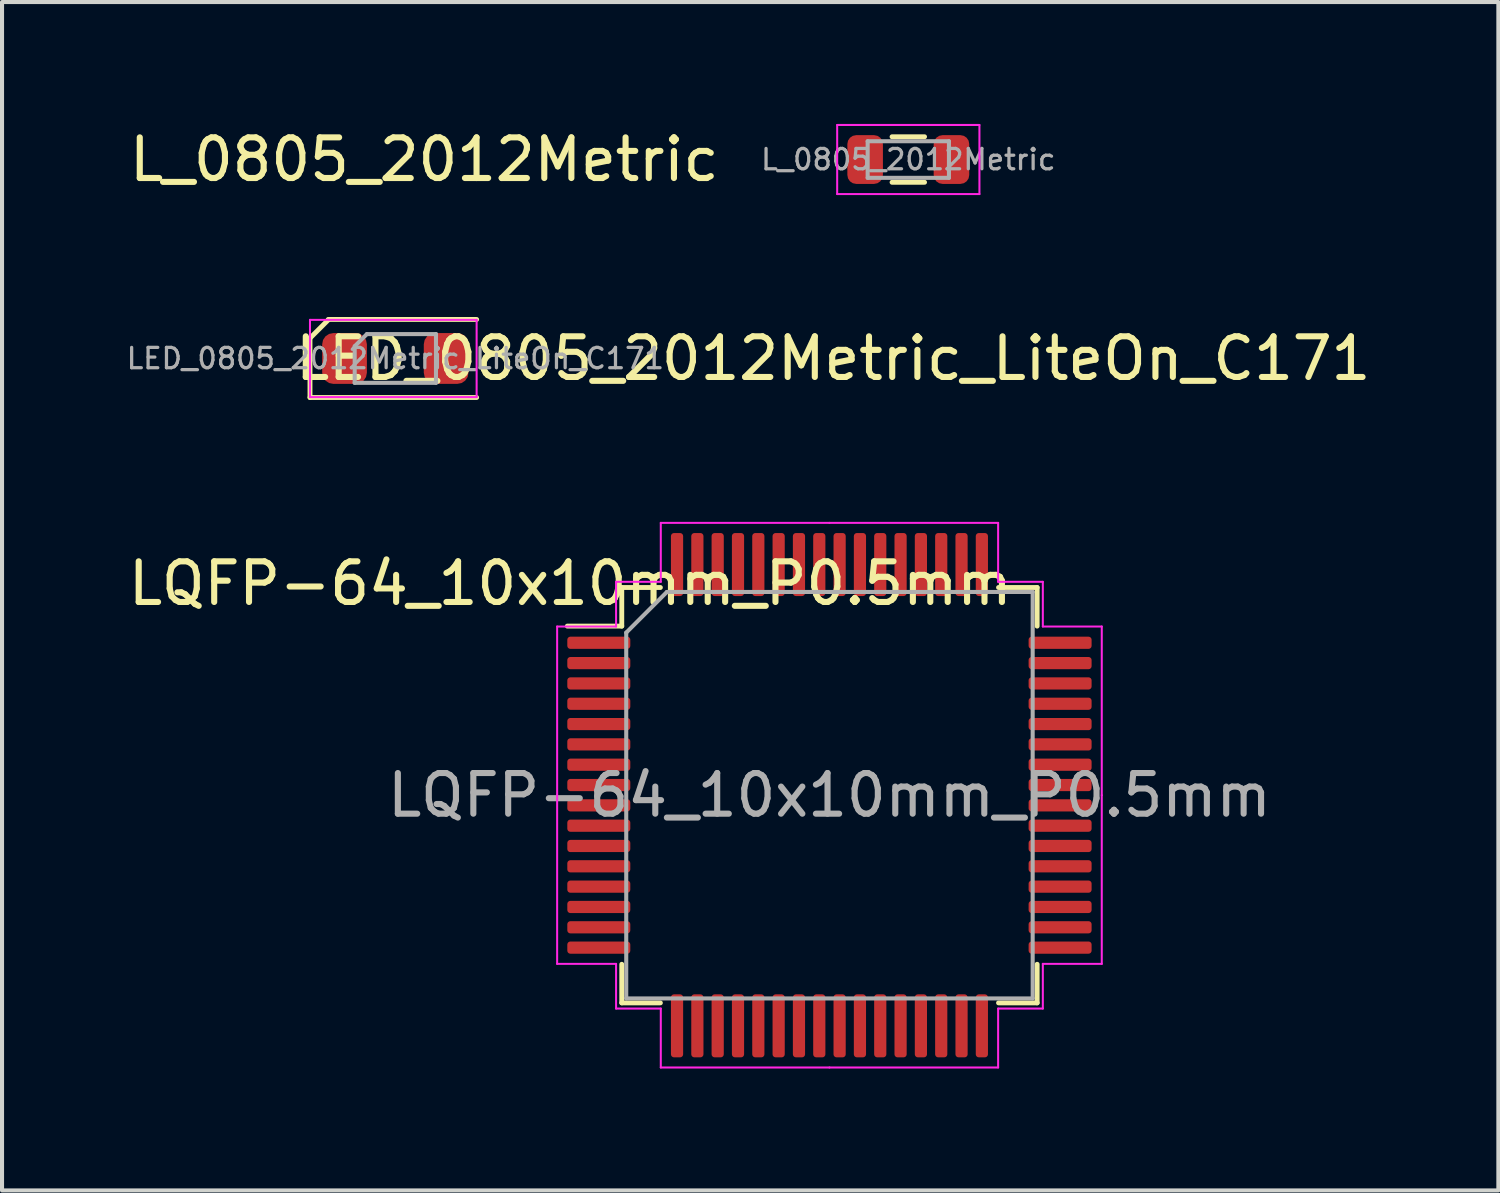
<source format=kicad_pcb>
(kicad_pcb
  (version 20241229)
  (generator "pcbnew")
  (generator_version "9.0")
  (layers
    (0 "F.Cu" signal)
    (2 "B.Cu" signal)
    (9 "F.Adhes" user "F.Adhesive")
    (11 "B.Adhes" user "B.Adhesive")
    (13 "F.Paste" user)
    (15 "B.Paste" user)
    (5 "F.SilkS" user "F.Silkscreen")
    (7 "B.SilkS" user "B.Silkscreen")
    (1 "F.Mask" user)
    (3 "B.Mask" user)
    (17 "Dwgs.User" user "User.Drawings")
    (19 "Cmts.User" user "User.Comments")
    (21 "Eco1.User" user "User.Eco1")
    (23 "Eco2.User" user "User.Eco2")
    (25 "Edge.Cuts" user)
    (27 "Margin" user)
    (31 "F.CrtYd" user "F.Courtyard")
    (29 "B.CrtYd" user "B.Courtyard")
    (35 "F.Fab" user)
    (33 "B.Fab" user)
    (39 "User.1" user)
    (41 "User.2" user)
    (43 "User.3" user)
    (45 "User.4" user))
  (footprint "LED_0805_2012Metric_LiteOn_C171"
    (layer "F.Cu")
    (at 6.677 5.77)
    (property "Reference" "LED_0805_2012Metric_LiteOn_C171" (at -2.54 0 180) (layer "F.SilkS") (effects (font (size 1 1) (thickness 0.15)) (justify left)))
    (attr smd)
    (fp_line (start -2.1 -0.5) (end -2.1 0.96) (stroke (width 0.12) (type solid)) (layer "F.SilkS"))
    (fp_line (start -2.1 0.96) (end 2 0.96) (stroke (width 0.12) (type solid)) (layer "F.SilkS"))
    (fp_line (start -1.65 -0.95) (end -2.1 -0.5) (stroke (width 0.12) (type solid)) (layer "F.SilkS"))
    (fp_line (start 2 -0.96) (end -1.65 -0.96) (stroke (width 0.12) (type solid)) (layer "F.SilkS"))
    (fp_line (start -2.1 -0.95) (end 2 -0.95) (stroke (width 0.05) (type solid)) (layer "F.CrtYd"))
    (fp_line (start -2.1 0.95) (end -2.1 -0.95) (stroke (width 0.05) (type solid)) (layer "F.CrtYd"))
    (fp_line (start 2 -0.95) (end 2 0.95) (stroke (width 0.05) (type solid)) (layer "F.CrtYd"))
    (fp_line (start 2 0.95) (end -2.1 0.95) (stroke (width 0.05) (type solid)) (layer "F.CrtYd"))
    (fp_line (start -1 -0.3) (end -1 0.6) (stroke (width 0.1) (type solid)) (layer "F.Fab"))
    (fp_line (start -1 0.6) (end 1 0.6) (stroke (width 0.1) (type solid)) (layer "F.Fab"))
    (fp_line (start -0.7 -0.6) (end -1 -0.3) (stroke (width 0.1) (type solid)) (layer "F.Fab"))
    (fp_line (start 1 -0.6) (end -0.7 -0.6) (stroke (width 0.1) (type solid)) (layer "F.Fab"))
    (fp_line (start 1 0.6) (end 1 -0.6) (stroke (width 0.1) (type solid)) (layer "F.Fab"))
    (fp_text user "${REFERENCE}" (at 0 0 180) (layer "F.Fab") (effects (font (size 0.5 0.5) (thickness 0.08))))
    (pad "1" smd roundrect (at -1.25 0) (size 1.1 1.25) (layers "F.Cu" "F.Mask" "F.Paste") (roundrect_rratio 0.25))
    (pad "2" smd roundrect (at 1.25 0) (size 1.1 1.25) (layers "F.Cu" "F.Mask" "F.Paste") (roundrect_rratio 0.25)))
  (footprint "L_0805_2012Metric"
    (layer "F.Cu")
    (at 19.298 0.875)
    (property "Reference" "L_0805_2012Metric" (at -4.572 0 0) (layer "F.SilkS") (effects (font (size 1 1) (thickness 0.15)) (justify right)))
    (attr smd)
    (fp_line (start -0.4 -0.56) (end 0.4 -0.56) (stroke (width 0.12) (type solid)) (layer "F.SilkS"))
    (fp_line (start -0.4 0.56) (end 0.4 0.56) (stroke (width 0.12) (type solid)) (layer "F.SilkS"))
    (fp_line (start -1.75 -0.85) (end 1.75 -0.85) (stroke (width 0.05) (type solid)) (layer "F.CrtYd"))
    (fp_line (start -1.75 0.85) (end -1.75 -0.85) (stroke (width 0.05) (type solid)) (layer "F.CrtYd"))
    (fp_line (start 1.75 -0.85) (end 1.75 0.85) (stroke (width 0.05) (type solid)) (layer "F.CrtYd"))
    (fp_line (start 1.75 0.85) (end -1.75 0.85) (stroke (width 0.05) (type solid)) (layer "F.CrtYd"))
    (fp_line (start -1 -0.45) (end 1 -0.45) (stroke (width 0.1) (type solid)) (layer "F.Fab"))
    (fp_line (start -1 0.45) (end -1 -0.45) (stroke (width 0.1) (type solid)) (layer "F.Fab"))
    (fp_line (start 1 -0.45) (end 1 0.45) (stroke (width 0.1) (type solid)) (layer "F.Fab"))
    (fp_line (start 1 0.45) (end -1 0.45) (stroke (width 0.1) (type solid)) (layer "F.Fab"))
    (fp_text user "${REFERENCE}" (at 0 0 180) (layer "F.Fab") (effects (font (size 0.5 0.5) (thickness 0.08))))
    (pad "1" smd roundrect (at -1.062 0) (size 0.875 1.2) (layers "F.Cu" "F.Mask" "F.Paste") (roundrect_rratio 0.25))
    (pad "2" smd roundrect (at 1.062 0) (size 0.875 1.2) (layers "F.Cu" "F.Mask" "F.Paste") (roundrect_rratio 0.25)))
  (footprint "LQFP-64_10x10mm_P0.5mm"
    (layer "F.Cu")
    (at 17.358 16.515)
    (property "Reference" "LQFP-64_10x10mm_P0.5mm" (at -6.376 -5.209 0) (layer "F.SilkS") (effects (font (size 1 1) (thickness 0.15))))
    (attr smd)
    (fp_line (start -5.11 -5.11) (end -5.11 -4.16) (stroke (width 0.12) (type solid)) (layer "F.SilkS"))
    (fp_line (start -5.11 -4.16) (end -6.45 -4.16) (stroke (width 0.12) (type solid)) (layer "F.SilkS"))
    (fp_line (start -5.11 5.11) (end -5.11 4.16) (stroke (width 0.12) (type solid)) (layer "F.SilkS"))
    (fp_line (start -4.16 -5.11) (end -5.11 -5.11) (stroke (width 0.12) (type solid)) (layer "F.SilkS"))
    (fp_line (start -4.16 5.11) (end -5.11 5.11) (stroke (width 0.12) (type solid)) (layer "F.SilkS"))
    (fp_line (start 4.16 -5.11) (end 5.11 -5.11) (stroke (width 0.12) (type solid)) (layer "F.SilkS"))
    (fp_line (start 4.16 5.11) (end 5.11 5.11) (stroke (width 0.12) (type solid)) (layer "F.SilkS"))
    (fp_line (start 5.11 -5.11) (end 5.11 -4.16) (stroke (width 0.12) (type solid)) (layer "F.SilkS"))
    (fp_line (start 5.11 5.11) (end 5.11 4.16) (stroke (width 0.12) (type solid)) (layer "F.SilkS"))
    (fp_line (start -6.7 -4.15) (end -6.7 0) (stroke (width 0.05) (type solid)) (layer "F.CrtYd"))
    (fp_line (start -6.7 4.15) (end -6.7 0) (stroke (width 0.05) (type solid)) (layer "F.CrtYd"))
    (fp_line (start -5.25 -5.25) (end -5.25 -4.15) (stroke (width 0.05) (type solid)) (layer "F.CrtYd"))
    (fp_line (start -5.25 -4.15) (end -6.7 -4.15) (stroke (width 0.05) (type solid)) (layer "F.CrtYd"))
    (fp_line (start -5.25 4.15) (end -6.7 4.15) (stroke (width 0.05) (type solid)) (layer "F.CrtYd"))
    (fp_line (start -5.25 5.25) (end -5.25 4.15) (stroke (width 0.05) (type solid)) (layer "F.CrtYd"))
    (fp_line (start -4.15 -6.7) (end -4.15 -5.25) (stroke (width 0.05) (type solid)) (layer "F.CrtYd"))
    (fp_line (start -4.15 -5.25) (end -5.25 -5.25) (stroke (width 0.05) (type solid)) (layer "F.CrtYd"))
    (fp_line (start -4.15 5.25) (end -5.25 5.25) (stroke (width 0.05) (type solid)) (layer "F.CrtYd"))
    (fp_line (start -4.15 6.7) (end -4.15 5.25) (stroke (width 0.05) (type solid)) (layer "F.CrtYd"))
    (fp_line (start 0 -6.7) (end -4.15 -6.7) (stroke (width 0.05) (type solid)) (layer "F.CrtYd"))
    (fp_line (start 0 -6.7) (end 4.15 -6.7) (stroke (width 0.05) (type solid)) (layer "F.CrtYd"))
    (fp_line (start 0 6.7) (end -4.15 6.7) (stroke (width 0.05) (type solid)) (layer "F.CrtYd"))
    (fp_line (start 0 6.7) (end 4.15 6.7) (stroke (width 0.05) (type solid)) (layer "F.CrtYd"))
    (fp_line (start 4.15 -6.7) (end 4.15 -5.25) (stroke (width 0.05) (type solid)) (layer "F.CrtYd"))
    (fp_line (start 4.15 -5.25) (end 5.25 -5.25) (stroke (width 0.05) (type solid)) (layer "F.CrtYd"))
    (fp_line (start 4.15 5.25) (end 5.25 5.25) (stroke (width 0.05) (type solid)) (layer "F.CrtYd"))
    (fp_line (start 4.15 6.7) (end 4.15 5.25) (stroke (width 0.05) (type solid)) (layer "F.CrtYd"))
    (fp_line (start 5.25 -5.25) (end 5.25 -4.15) (stroke (width 0.05) (type solid)) (layer "F.CrtYd"))
    (fp_line (start 5.25 -4.15) (end 6.7 -4.15) (stroke (width 0.05) (type solid)) (layer "F.CrtYd"))
    (fp_line (start 5.25 4.15) (end 6.7 4.15) (stroke (width 0.05) (type solid)) (layer "F.CrtYd"))
    (fp_line (start 5.25 5.25) (end 5.25 4.15) (stroke (width 0.05) (type solid)) (layer "F.CrtYd"))
    (fp_line (start 6.7 -4.15) (end 6.7 0) (stroke (width 0.05) (type solid)) (layer "F.CrtYd"))
    (fp_line (start 6.7 4.15) (end 6.7 0) (stroke (width 0.05) (type solid)) (layer "F.CrtYd"))
    (fp_line (start -5 -4) (end -4 -5) (stroke (width 0.1) (type solid)) (layer "F.Fab"))
    (fp_line (start -5 5) (end -5 -4) (stroke (width 0.1) (type solid)) (layer "F.Fab"))
    (fp_line (start -4 -5) (end 5 -5) (stroke (width 0.1) (type solid)) (layer "F.Fab"))
    (fp_line (start 5 -5) (end 5 5) (stroke (width 0.1) (type solid)) (layer "F.Fab"))
    (fp_line (start 5 5) (end -5 5) (stroke (width 0.1) (type solid)) (layer "F.Fab"))
    (fp_text user "${REFERENCE}" (at 0 0 0) (layer "F.Fab") (effects (font (size 1 1) (thickness 0.15))))
    (pad "1" smd roundrect (at -5.675 -3.75) (size 1.55 0.3) (layers "F.Cu" "F.Mask" "F.Paste") (roundrect_rratio 0.25))
    (pad "2" smd roundrect (at -5.675 -3.25) (size 1.55 0.3) (layers "F.Cu" "F.Mask" "F.Paste") (roundrect_rratio 0.25))
    (pad "3" smd roundrect (at -5.675 -2.75) (size 1.55 0.3) (layers "F.Cu" "F.Mask" "F.Paste") (roundrect_rratio 0.25))
    (pad "4" smd roundrect (at -5.675 -2.25) (size 1.55 0.3) (layers "F.Cu" "F.Mask" "F.Paste") (roundrect_rratio 0.25))
    (pad "5" smd roundrect (at -5.675 -1.75) (size 1.55 0.3) (layers "F.Cu" "F.Mask" "F.Paste") (roundrect_rratio 0.25))
    (pad "6" smd roundrect (at -5.675 -1.25) (size 1.55 0.3) (layers "F.Cu" "F.Mask" "F.Paste") (roundrect_rratio 0.25))
    (pad "7" smd roundrect (at -5.675 -0.75) (size 1.55 0.3) (layers "F.Cu" "F.Mask" "F.Paste") (roundrect_rratio 0.25))
    (pad "8" smd roundrect (at -5.675 -0.25) (size 1.55 0.3) (layers "F.Cu" "F.Mask" "F.Paste") (roundrect_rratio 0.25))
    (pad "9" smd roundrect (at -5.675 0.25) (size 1.55 0.3) (layers "F.Cu" "F.Mask" "F.Paste") (roundrect_rratio 0.25))
    (pad "10" smd roundrect (at -5.675 0.75) (size 1.55 0.3) (layers "F.Cu" "F.Mask" "F.Paste") (roundrect_rratio 0.25))
    (pad "11" smd roundrect (at -5.675 1.25) (size 1.55 0.3) (layers "F.Cu" "F.Mask" "F.Paste") (roundrect_rratio 0.25))
    (pad "12" smd roundrect (at -5.675 1.75) (size 1.55 0.3) (layers "F.Cu" "F.Mask" "F.Paste") (roundrect_rratio 0.25))
    (pad "13" smd roundrect (at -5.675 2.25) (size 1.55 0.3) (layers "F.Cu" "F.Mask" "F.Paste") (roundrect_rratio 0.25))
    (pad "14" smd roundrect (at -5.675 2.75) (size 1.55 0.3) (layers "F.Cu" "F.Mask" "F.Paste") (roundrect_rratio 0.25))
    (pad "15" smd roundrect (at -5.675 3.25) (size 1.55 0.3) (layers "F.Cu" "F.Mask" "F.Paste") (roundrect_rratio 0.25))
    (pad "16" smd roundrect (at -5.675 3.75) (size 1.55 0.3) (layers "F.Cu" "F.Mask" "F.Paste") (roundrect_rratio 0.25))
    (pad "17" smd roundrect (at -3.75 5.675) (size 0.3 1.55) (layers "F.Cu" "F.Mask" "F.Paste") (roundrect_rratio 0.25))
    (pad "18" smd roundrect (at -3.25 5.675) (size 0.3 1.55) (layers "F.Cu" "F.Mask" "F.Paste") (roundrect_rratio 0.25))
    (pad "19" smd roundrect (at -2.75 5.675) (size 0.3 1.55) (layers "F.Cu" "F.Mask" "F.Paste") (roundrect_rratio 0.25))
    (pad "20" smd roundrect (at -2.25 5.675) (size 0.3 1.55) (layers "F.Cu" "F.Mask" "F.Paste") (roundrect_rratio 0.25))
    (pad "21" smd roundrect (at -1.75 5.675) (size 0.3 1.55) (layers "F.Cu" "F.Mask" "F.Paste") (roundrect_rratio 0.25))
    (pad "22" smd roundrect (at -1.25 5.675) (size 0.3 1.55) (layers "F.Cu" "F.Mask" "F.Paste") (roundrect_rratio 0.25))
    (pad "23" smd roundrect (at -0.75 5.675) (size 0.3 1.55) (layers "F.Cu" "F.Mask" "F.Paste") (roundrect_rratio 0.25))
    (pad "24" smd roundrect (at -0.25 5.675) (size 0.3 1.55) (layers "F.Cu" "F.Mask" "F.Paste") (roundrect_rratio 0.25))
    (pad "25" smd roundrect (at 0.25 5.675) (size 0.3 1.55) (layers "F.Cu" "F.Mask" "F.Paste") (roundrect_rratio 0.25))
    (pad "26" smd roundrect (at 0.75 5.675) (size 0.3 1.55) (layers "F.Cu" "F.Mask" "F.Paste") (roundrect_rratio 0.25))
    (pad "27" smd roundrect (at 1.25 5.675) (size 0.3 1.55) (layers "F.Cu" "F.Mask" "F.Paste") (roundrect_rratio 0.25))
    (pad "28" smd roundrect (at 1.75 5.675) (size 0.3 1.55) (layers "F.Cu" "F.Mask" "F.Paste") (roundrect_rratio 0.25))
    (pad "29" smd roundrect (at 2.25 5.675) (size 0.3 1.55) (layers "F.Cu" "F.Mask" "F.Paste") (roundrect_rratio 0.25))
    (pad "30" smd roundrect (at 2.75 5.675) (size 0.3 1.55) (layers "F.Cu" "F.Mask" "F.Paste") (roundrect_rratio 0.25))
    (pad "31" smd roundrect (at 3.25 5.675) (size 0.3 1.55) (layers "F.Cu" "F.Mask" "F.Paste") (roundrect_rratio 0.25))
    (pad "32" smd roundrect (at 3.75 5.675) (size 0.3 1.55) (layers "F.Cu" "F.Mask" "F.Paste") (roundrect_rratio 0.25))
    (pad "33" smd roundrect (at 5.675 3.75) (size 1.55 0.3) (layers "F.Cu" "F.Mask" "F.Paste") (roundrect_rratio 0.25))
    (pad "34" smd roundrect (at 5.675 3.25) (size 1.55 0.3) (layers "F.Cu" "F.Mask" "F.Paste") (roundrect_rratio 0.25))
    (pad "35" smd roundrect (at 5.675 2.75) (size 1.55 0.3) (layers "F.Cu" "F.Mask" "F.Paste") (roundrect_rratio 0.25))
    (pad "36" smd roundrect (at 5.675 2.25) (size 1.55 0.3) (layers "F.Cu" "F.Mask" "F.Paste") (roundrect_rratio 0.25))
    (pad "37" smd roundrect (at 5.675 1.75) (size 1.55 0.3) (layers "F.Cu" "F.Mask" "F.Paste") (roundrect_rratio 0.25))
    (pad "38" smd roundrect (at 5.675 1.25) (size 1.55 0.3) (layers "F.Cu" "F.Mask" "F.Paste") (roundrect_rratio 0.25))
    (pad "39" smd roundrect (at 5.675 0.75) (size 1.55 0.3) (layers "F.Cu" "F.Mask" "F.Paste") (roundrect_rratio 0.25))
    (pad "40" smd roundrect (at 5.675 0.25) (size 1.55 0.3) (layers "F.Cu" "F.Mask" "F.Paste") (roundrect_rratio 0.25))
    (pad "41" smd roundrect (at 5.675 -0.25) (size 1.55 0.3) (layers "F.Cu" "F.Mask" "F.Paste") (roundrect_rratio 0.25))
    (pad "42" smd roundrect (at 5.675 -0.75) (size 1.55 0.3) (layers "F.Cu" "F.Mask" "F.Paste") (roundrect_rratio 0.25))
    (pad "43" smd roundrect (at 5.675 -1.25) (size 1.55 0.3) (layers "F.Cu" "F.Mask" "F.Paste") (roundrect_rratio 0.25))
    (pad "44" smd roundrect (at 5.675 -1.75) (size 1.55 0.3) (layers "F.Cu" "F.Mask" "F.Paste") (roundrect_rratio 0.25))
    (pad "45" smd roundrect (at 5.675 -2.25) (size 1.55 0.3) (layers "F.Cu" "F.Mask" "F.Paste") (roundrect_rratio 0.25))
    (pad "46" smd roundrect (at 5.675 -2.75) (size 1.55 0.3) (layers "F.Cu" "F.Mask" "F.Paste") (roundrect_rratio 0.25))
    (pad "47" smd roundrect (at 5.675 -3.25) (size 1.55 0.3) (layers "F.Cu" "F.Mask" "F.Paste") (roundrect_rratio 0.25))
    (pad "48" smd roundrect (at 5.675 -3.75) (size 1.55 0.3) (layers "F.Cu" "F.Mask" "F.Paste") (roundrect_rratio 0.25))
    (pad "49" smd roundrect (at 3.75 -5.675) (size 0.3 1.55) (layers "F.Cu" "F.Mask" "F.Paste") (roundrect_rratio 0.25))
    (pad "50" smd roundrect (at 3.25 -5.675) (size 0.3 1.55) (layers "F.Cu" "F.Mask" "F.Paste") (roundrect_rratio 0.25))
    (pad "51" smd roundrect (at 2.75 -5.675) (size 0.3 1.55) (layers "F.Cu" "F.Mask" "F.Paste") (roundrect_rratio 0.25))
    (pad "52" smd roundrect (at 2.25 -5.675) (size 0.3 1.55) (layers "F.Cu" "F.Mask" "F.Paste") (roundrect_rratio 0.25))
    (pad "53" smd roundrect (at 1.75 -5.675) (size 0.3 1.55) (layers "F.Cu" "F.Mask" "F.Paste") (roundrect_rratio 0.25))
    (pad "54" smd roundrect (at 1.25 -5.675) (size 0.3 1.55) (layers "F.Cu" "F.Mask" "F.Paste") (roundrect_rratio 0.25))
    (pad "55" smd roundrect (at 0.75 -5.675) (size 0.3 1.55) (layers "F.Cu" "F.Mask" "F.Paste") (roundrect_rratio 0.25))
    (pad "56" smd roundrect (at 0.25 -5.675) (size 0.3 1.55) (layers "F.Cu" "F.Mask" "F.Paste") (roundrect_rratio 0.25))
    (pad "57" smd roundrect (at -0.25 -5.675) (size 0.3 1.55) (layers "F.Cu" "F.Mask" "F.Paste") (roundrect_rratio 0.25))
    (pad "58" smd roundrect (at -0.75 -5.675) (size 0.3 1.55) (layers "F.Cu" "F.Mask" "F.Paste") (roundrect_rratio 0.25))
    (pad "59" smd roundrect (at -1.25 -5.675) (size 0.3 1.55) (layers "F.Cu" "F.Mask" "F.Paste") (roundrect_rratio 0.25))
    (pad "60" smd roundrect (at -1.75 -5.675) (size 0.3 1.55) (layers "F.Cu" "F.Mask" "F.Paste") (roundrect_rratio 0.25))
    (pad "61" smd roundrect (at -2.25 -5.675) (size 0.3 1.55) (layers "F.Cu" "F.Mask" "F.Paste") (roundrect_rratio 0.25))
    (pad "62" smd roundrect (at -2.75 -5.675) (size 0.3 1.55) (layers "F.Cu" "F.Mask" "F.Paste") (roundrect_rratio 0.25))
    (pad "63" smd roundrect (at -3.25 -5.675) (size 0.3 1.55) (layers "F.Cu" "F.Mask" "F.Paste") (roundrect_rratio 0.25))
    (pad "64" smd roundrect (at -3.75 -5.675) (size 0.3 1.55) (layers "F.Cu" "F.Mask" "F.Paste") (roundrect_rratio 0.25)))
  (gr_rect
    (start -3 -3)
    (end 33.816 26.24)
    (stroke (width 0.1) (type default))
    (fill no)
    (layer "Edge.Cuts")))
</source>
